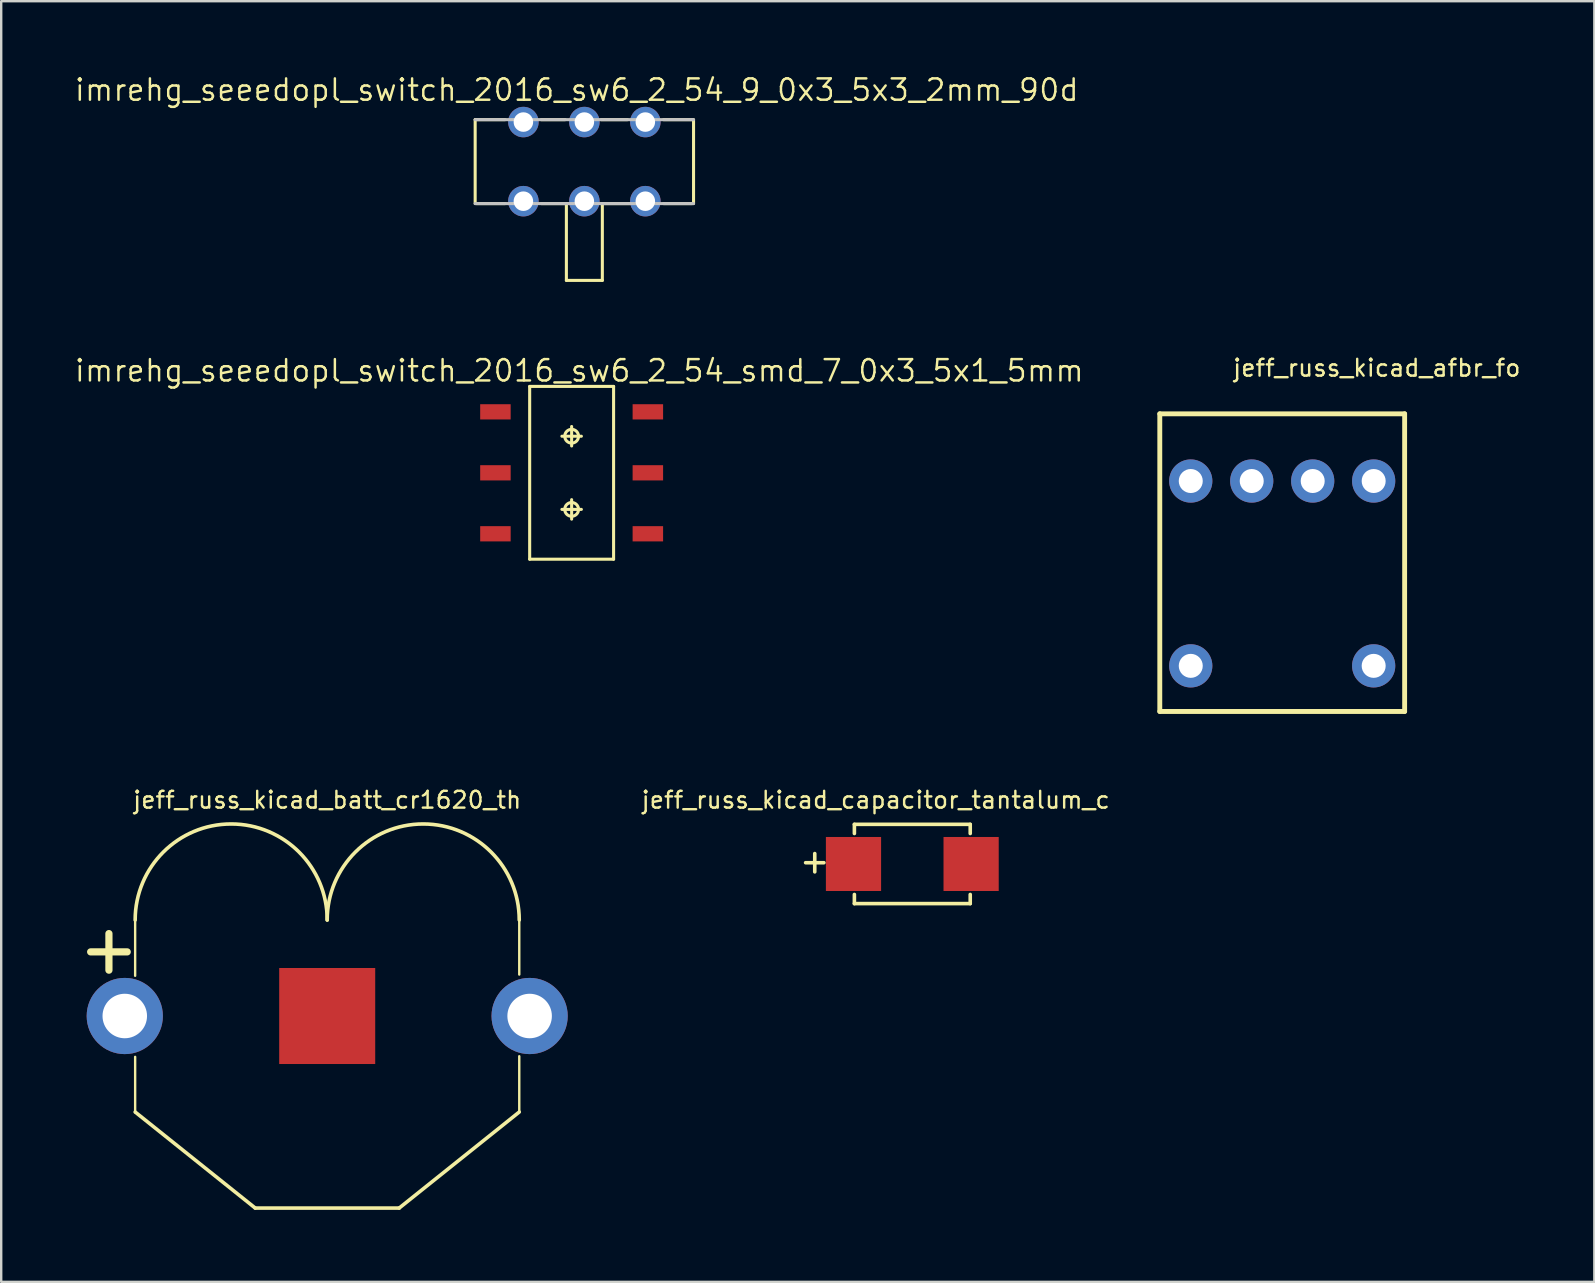
<source format=kicad_pcb>
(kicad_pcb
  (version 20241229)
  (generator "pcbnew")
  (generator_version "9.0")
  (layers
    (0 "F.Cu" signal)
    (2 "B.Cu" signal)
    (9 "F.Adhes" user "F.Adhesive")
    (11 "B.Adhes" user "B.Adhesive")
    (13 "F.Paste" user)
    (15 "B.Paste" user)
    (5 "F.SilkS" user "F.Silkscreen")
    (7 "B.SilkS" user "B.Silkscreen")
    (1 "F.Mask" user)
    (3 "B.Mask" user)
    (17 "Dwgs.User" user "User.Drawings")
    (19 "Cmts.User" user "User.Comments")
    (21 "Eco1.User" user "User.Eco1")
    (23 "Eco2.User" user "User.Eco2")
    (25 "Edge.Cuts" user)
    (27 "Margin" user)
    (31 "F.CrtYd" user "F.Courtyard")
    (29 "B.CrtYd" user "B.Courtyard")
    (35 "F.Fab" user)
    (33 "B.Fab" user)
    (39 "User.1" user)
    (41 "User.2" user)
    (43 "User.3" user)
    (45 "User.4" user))
  (footprint "jeff_russ_kicad_afbr_fo"
    (layer "F.Cu")
    (at 54.176 16.989)
    (property "Reference" "jeff_russ_kicad_afbr_fo" (at 0.13 -4.71 0) (layer "F.SilkS") (effects (font (size 0.7 0.7) (thickness 0.1))))
    (attr through_hole)
    (fp_line (start -8.91 -2.8) (end -8.91 9.6) (stroke (width 0.203) (type solid)) (layer "F.SilkS"))
    (fp_line (start -8.91 -2.8) (end 1.29 -2.8) (stroke (width 0.203) (type solid)) (layer "F.SilkS"))
    (fp_line (start 1.29 -2.8) (end 1.29 9.6) (stroke (width 0.203) (type solid)) (layer "F.SilkS"))
    (fp_line (start 1.29 9.6) (end -8.91 9.6) (stroke (width 0.203) (type solid)) (layer "F.SilkS"))
    (pad "1" thru_hole circle (at 0 0) (size 1.8 1.8) (drill 1) (layers "*.Cu" "*.Mask"))
    (pad "2" thru_hole circle (at -2.54 0) (size 1.8 1.8) (drill 1) (layers "*.Cu" "*.Mask"))
    (pad "3" thru_hole circle (at -5.08 0) (size 1.8 1.8) (drill 1) (layers "*.Cu" "*.Mask"))
    (pad "4" thru_hole circle (at -7.62 0) (size 1.8 1.8) (drill 1) (layers "*.Cu" "*.Mask"))
    (pad "5" thru_hole circle (at -7.62 7.7) (size 1.8 1.8) (drill 1) (layers "*.Cu" "*.Mask"))
    (pad "6" thru_hole circle (at 0 7.7) (size 1.8 1.8) (drill 1) (layers "*.Cu" "*.Mask")))
  (footprint "jeff_russ_kicad_batt_cr1620_th"
    (layer "F.Cu")
    (at 10.581 39.276)
    (property "Reference" "jeff_russ_kicad_batt_cr1620_th" (at 0 -9 0) (layer "F.SilkS") (effects (font (size 0.7 0.7) (thickness 0.1))))
    (attr through_hole)
    (fp_line (start -8.001 -3.988) (end -8.001 -1.676) (stroke (width 0.1) (type solid)) (layer "F.SilkS"))
    (fp_line (start -8.001 4.013) (end -8.001 1.702) (stroke (width 0.1) (type solid)) (layer "F.SilkS"))
    (fp_line (start -3 8) (end -8 4) (stroke (width 0.15) (type solid)) (layer "F.SilkS"))
    (fp_line (start 3 8) (end -3 8) (stroke (width 0.15) (type solid)) (layer "F.SilkS"))
    (fp_line (start 8 4) (end 3 8) (stroke (width 0.15) (type solid)) (layer "F.SilkS"))
    (fp_line (start 8.001 -3.988) (end 8.001 -1.727) (stroke (width 0.1) (type solid)) (layer "F.SilkS"))
    (fp_line (start 8.001 3.988) (end 8.001 1.676) (stroke (width 0.1) (type solid)) (layer "F.SilkS"))
    (fp_arc (start -8 -4) (mid -4 -8) (end 0 -4) (stroke (width 0.15) (type solid)) (layer "F.SilkS"))
    (fp_arc (start 0 -4) (mid 4 -8) (end 8 -4) (stroke (width 0.15) (type solid)) (layer "F.SilkS"))
    (fp_text user "+" (at -9.093 -2.819 0) (layer "F.SilkS") (effects (font (size 2 2) (thickness 0.3))))
    (pad "1" thru_hole circle (at -8.433 0) (size 3.175 3.175) (drill 1.854) (layers "*.Cu" "*.Mask"))
    (pad "2" thru_hole circle (at 8.433 0) (size 3.175 3.175) (drill 1.854) (layers "*.Cu" "*.Mask"))
    (pad "3" smd rect (at 0 0) (size 4 4) (layers "F.Cu" "F.Mask" "F.Paste")))
  (footprint "imrehg_seeedopl_switch_2016_sw6_2_54_9_0x3_5x3_2mm_90d"
    (layer "F.Cu")
    (at 21.294 3.683)
    (property "Reference" "imrehg_seeedopl_switch_2016_sw6_2_54_9_0x3_5x3_2mm_90d" (at -0.318 -2.985 0) (layer "F.SilkS") (effects (font (size 0.889 0.889) (thickness 0.102))))
    (attr exclude_from_pos_files exclude_from_bom)
    (fp_line (start -4.549 -1.748) (end -3.299 -1.748) (stroke (width 0.127) (type solid)) (layer "F.SilkS"))
    (fp_line (start -4.549 -1.748) (end 4.549 -1.748) (stroke (width 0.066) (type solid)) (layer "F.SilkS"))
    (fp_line (start -4.549 1.748) (end -4.549 -1.748) (stroke (width 0.066) (type solid)) (layer "F.SilkS"))
    (fp_line (start -4.549 1.748) (end -4.549 -1.748) (stroke (width 0.127) (type solid)) (layer "F.SilkS"))
    (fp_line (start -4.549 1.748) (end 4.549 1.748) (stroke (width 0.066) (type solid)) (layer "F.SilkS"))
    (fp_line (start -3.299 1.748) (end -4.498 1.748) (stroke (width 0.127) (type solid)) (layer "F.SilkS"))
    (fp_line (start -1.798 -1.748) (end -0.798 -1.748) (stroke (width 0.127) (type solid)) (layer "F.SilkS"))
    (fp_line (start -0.749 1.748) (end -0.749 4.948) (stroke (width 0.127) (type solid)) (layer "F.SilkS"))
    (fp_line (start -0.749 4.948) (end 0.749 4.948) (stroke (width 0.127) (type solid)) (layer "F.SilkS"))
    (fp_line (start -0.699 1.748) (end -1.798 1.748) (stroke (width 0.127) (type solid)) (layer "F.SilkS"))
    (fp_line (start 0.699 -1.748) (end 1.798 -1.748) (stroke (width 0.127) (type solid)) (layer "F.SilkS"))
    (fp_line (start 0.749 4.948) (end 0.749 1.748) (stroke (width 0.127) (type solid)) (layer "F.SilkS"))
    (fp_line (start 1.9 1.748) (end 0.699 1.748) (stroke (width 0.127) (type solid)) (layer "F.SilkS"))
    (fp_line (start 3.299 -1.748) (end 4.498 -1.748) (stroke (width 0.127) (type solid)) (layer "F.SilkS"))
    (fp_line (start 4.498 1.748) (end 3.299 1.748) (stroke (width 0.127) (type solid)) (layer "F.SilkS"))
    (fp_line (start 4.549 -1.748) (end 4.549 1.748) (stroke (width 0.127) (type solid)) (layer "F.SilkS"))
    (fp_line (start 4.549 1.748) (end 4.549 -1.748) (stroke (width 0.066) (type solid)) (layer "F.SilkS"))
    (fp_line (start -4.549 -1.748) (end 4.549 -1.748) (stroke (width 0.127) (type solid)) (layer "Dwgs.User"))
    (fp_line (start 4.549 1.748) (end -4.549 1.748) (stroke (width 0.127) (type solid)) (layer "Dwgs.User"))
    (pad "CH1A" thru_hole circle (at -2.54 1.648) (size 1.27 1.27) (drill 0.813) (layers "*.Cu" "*.Paste" "*.Mask"))
    (pad "CH1B" thru_hole circle (at 2.54 1.648) (size 1.27 1.27) (drill 0.813) (layers "*.Cu" "*.Paste" "*.Mask"))
    (pad "CH2A" thru_hole circle (at -2.54 -1.648) (size 1.27 1.27) (drill 0.813) (layers "*.Cu" "*.Paste" "*.Mask"))
    (pad "CH2B" thru_hole circle (at 2.54 -1.648) (size 1.27 1.27) (drill 0.813) (layers "*.Cu" "*.Paste" "*.Mask"))
    (pad "COM1" thru_hole circle (at 0 1.648) (size 1.27 1.27) (drill 0.813) (layers "*.Cu" "*.Paste" "*.Mask"))
    (pad "COM2" thru_hole circle (at 0 -1.648) (size 1.27 1.27) (drill 0.813) (layers "*.Cu" "*.Paste" "*.Mask")))
  (footprint "jeff_russ_kicad_capacitor_tantalum_c"
    (layer "F.Cu")
    (at 34.956 32.943)
    (property "Reference" "jeff_russ_kicad_capacitor_tantalum_c" (at -1.524 -2.667 0) (layer "F.SilkS") (effects (font (size 0.7 0.7) (thickness 0.1))))
    (attr through_hole)
    (fp_line (start -2.413 -1.651) (end 2.413 -1.651) (stroke (width 0.15) (type solid)) (layer "F.SilkS"))
    (fp_line (start -2.413 -1.27) (end -2.413 -1.651) (stroke (width 0.15) (type solid)) (layer "F.SilkS"))
    (fp_line (start -2.413 1.651) (end -2.413 1.27) (stroke (width 0.15) (type solid)) (layer "F.SilkS"))
    (fp_line (start 2.413 -1.651) (end 2.413 -1.27) (stroke (width 0.15) (type solid)) (layer "F.SilkS"))
    (fp_line (start 2.413 1.27) (end 2.413 1.651) (stroke (width 0.15) (type solid)) (layer "F.SilkS"))
    (fp_line (start 2.413 1.651) (end -2.413 1.651) (stroke (width 0.15) (type solid)) (layer "F.SilkS"))
    (fp_text user "+" (at -4.064 -0.127 0) (layer "F.SilkS") (effects (font (size 1 1) (thickness 0.15))))
    (pad "1" smd rect (at -2.45 0) (size 2.3 2.25) (layers "F.Cu" "F.Mask" "F.Paste"))
    (pad "2" smd rect (at 2.45 0) (size 2.3 2.25) (layers "F.Cu" "F.Mask" "F.Paste")))
  (footprint "imrehg_seeedopl_switch_2016_sw6_2_54_smd_7_0x3_5x1_5mm"
    (layer "F.Cu")
    (at 20.764 16.647)
    (property "Reference" "imrehg_seeedopl_switch_2016_sw6_2_54_smd_7_0x3_5x1_5mm" (at 0.318 -4.255 0) (layer "F.SilkS") (effects (font (size 0.889 0.889) (thickness 0.102))))
    (attr smd)
    (fp_line (start -1.748 -3.599) (end 1.748 -3.599) (stroke (width 0.066) (type solid)) (layer "F.SilkS"))
    (fp_line (start -1.748 -3.599) (end 1.748 -3.599) (stroke (width 0.127) (type solid)) (layer "F.SilkS"))
    (fp_line (start -1.748 3.599) (end -1.748 -3.599) (stroke (width 0.066) (type solid)) (layer "F.SilkS"))
    (fp_line (start -1.748 3.599) (end -1.748 -3.599) (stroke (width 0.127) (type solid)) (layer "F.SilkS"))
    (fp_line (start -1.748 3.599) (end 1.748 3.599) (stroke (width 0.066) (type solid)) (layer "F.SilkS"))
    (fp_line (start -0.406 -1.524) (end 0.406 -1.524) (stroke (width 0.127) (type solid)) (layer "F.SilkS"))
    (fp_line (start -0.406 1.524) (end 0.406 1.524) (stroke (width 0.127) (type solid)) (layer "F.SilkS"))
    (fp_line (start 0 -1.118) (end 0 -1.93) (stroke (width 0.127) (type solid)) (layer "F.SilkS"))
    (fp_line (start 0 1.93) (end 0 1.118) (stroke (width 0.127) (type solid)) (layer "F.SilkS"))
    (fp_line (start 1.748 -3.599) (end 1.748 3.599) (stroke (width 0.127) (type solid)) (layer "F.SilkS"))
    (fp_line (start 1.748 3.599) (end -1.748 3.599) (stroke (width 0.127) (type solid)) (layer "F.SilkS"))
    (fp_line (start 1.748 3.599) (end 1.748 -3.599) (stroke (width 0.066) (type solid)) (layer "F.SilkS"))
    (fp_circle (center 0 -1.524) (end -0.203 -1.727) (stroke (width 0.127) (type solid)) (fill no) (layer "F.SilkS"))
    (fp_circle (center 0 1.524) (end -0.203 1.727) (stroke (width 0.127) (type solid)) (fill no) (layer "F.SilkS"))
    (pad "CH1A" smd rect (at -3.175 -2.54) (size 1.27 0.635) (layers "F.Cu" "F.Mask" "F.Paste"))
    (pad "CH1B" smd rect (at -3.175 2.54) (size 1.27 0.635) (layers "F.Cu" "F.Mask" "F.Paste"))
    (pad "CH2A" smd rect (at 3.175 -2.54) (size 1.27 0.635) (layers "F.Cu" "F.Mask" "F.Paste"))
    (pad "CH2B" smd rect (at 3.175 2.54) (size 1.27 0.635) (layers "F.Cu" "F.Mask" "F.Paste"))
    (pad "COM1" smd rect (at -3.175 0) (size 1.27 0.635) (layers "F.Cu" "F.Mask" "F.Paste"))
    (pad "COM2" smd rect (at 3.175 0) (size 1.27 0.635) (layers "F.Cu" "F.Mask" "F.Paste")))
  (gr_rect
    (start -3 -3)
    (end 63.369 50.351)
    (stroke (width 0.1) (type default))
    (fill no)
    (layer "Edge.Cuts")))
</source>
